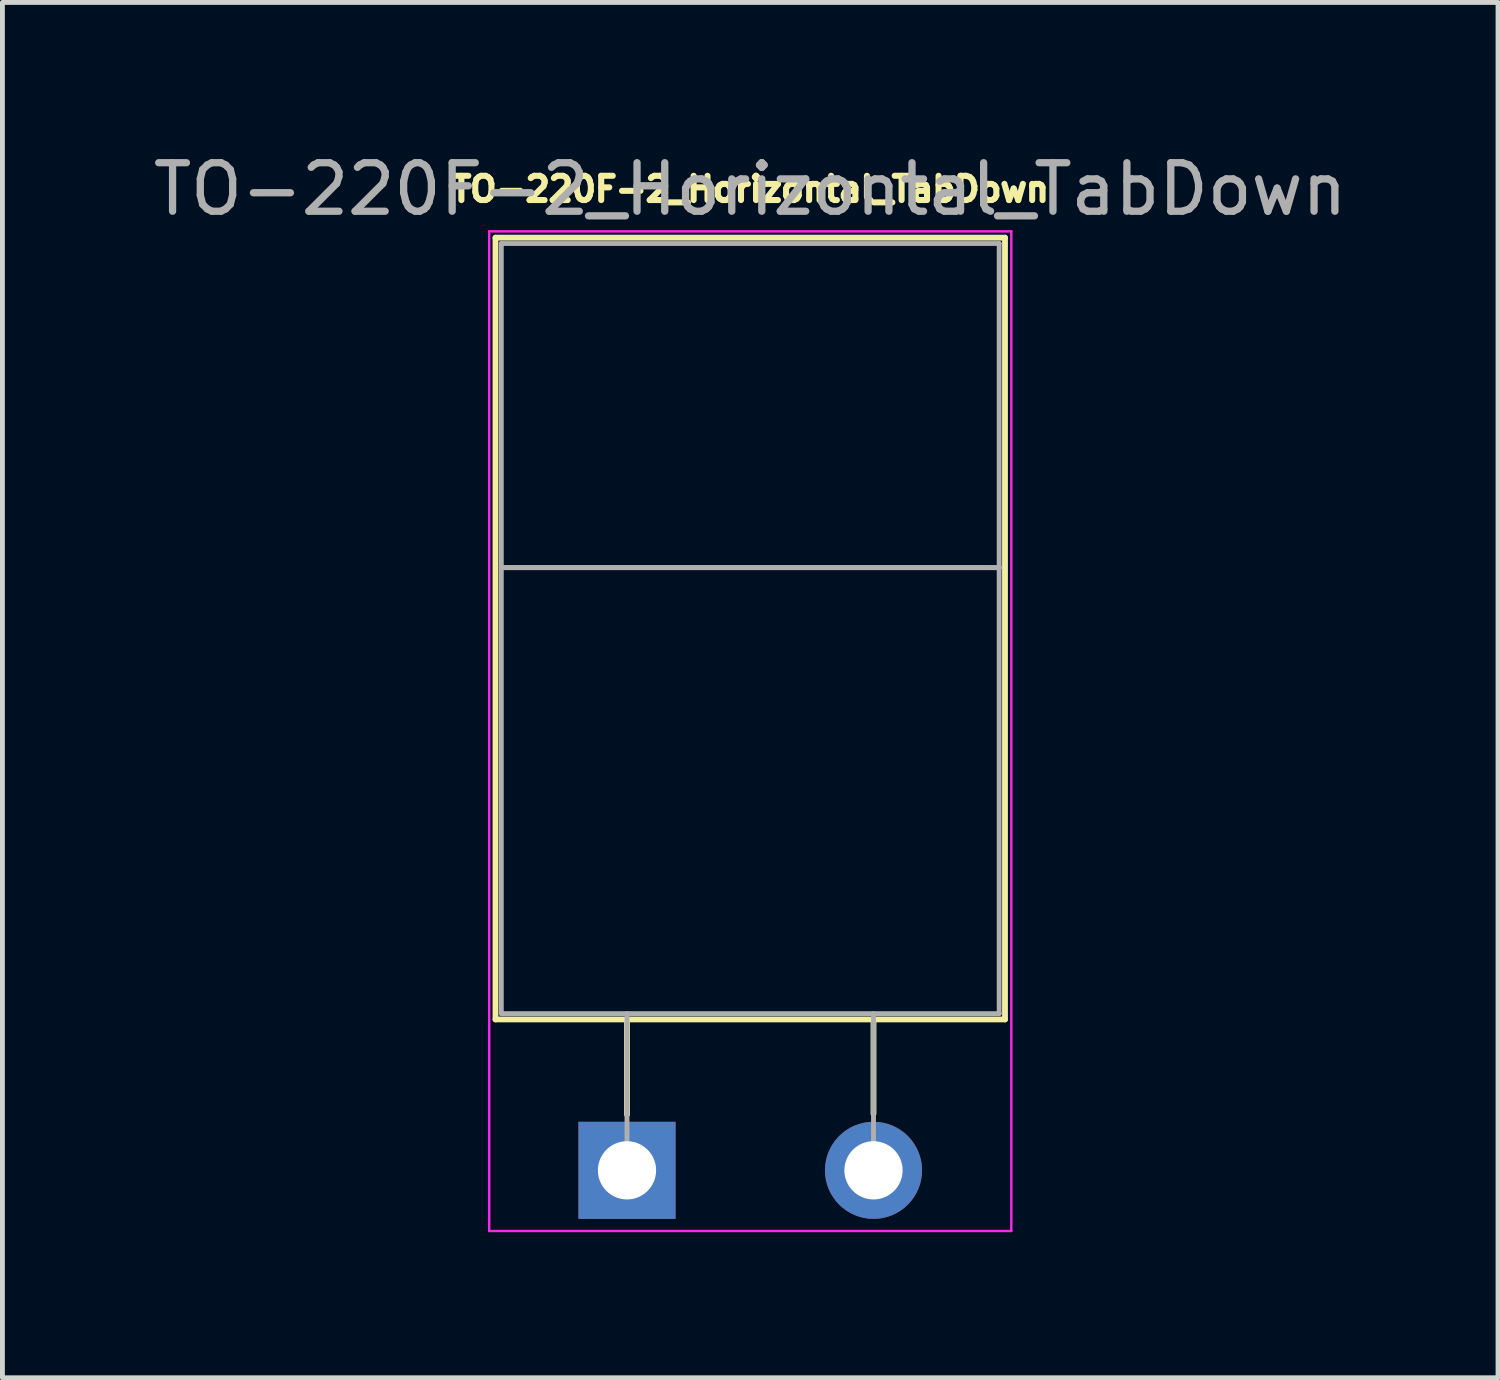
<source format=kicad_pcb>
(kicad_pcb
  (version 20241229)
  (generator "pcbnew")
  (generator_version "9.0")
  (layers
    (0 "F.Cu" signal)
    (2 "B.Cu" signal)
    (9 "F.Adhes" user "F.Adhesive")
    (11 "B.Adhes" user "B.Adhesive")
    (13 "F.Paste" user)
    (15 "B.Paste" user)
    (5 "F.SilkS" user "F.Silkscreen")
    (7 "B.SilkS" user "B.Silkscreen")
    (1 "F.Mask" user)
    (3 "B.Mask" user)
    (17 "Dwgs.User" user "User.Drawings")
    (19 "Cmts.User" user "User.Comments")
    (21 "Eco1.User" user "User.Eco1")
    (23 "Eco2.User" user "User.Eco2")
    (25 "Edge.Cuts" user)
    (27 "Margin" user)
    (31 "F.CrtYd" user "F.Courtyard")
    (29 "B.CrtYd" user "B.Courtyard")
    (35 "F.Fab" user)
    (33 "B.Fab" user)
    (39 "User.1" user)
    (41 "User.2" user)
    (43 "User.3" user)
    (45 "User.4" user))
  (footprint "TO-220F-2_Horizontal_TabDown"
    (layer "F.Cu")
    (at 9.871 21.068)
    (property "Reference" "TO-220F-2_Horizontal_TabDown" (at 2.54 -20.22 0) (layer "F.SilkS") (effects (font (size 0.5 0.5) (thickness 0.125))))
    (attr through_hole)
    (fp_line (start -2.71 -19.22) (end -2.71 -3.11) (stroke (width 0.12) (type solid)) (layer "F.SilkS"))
    (fp_line (start -2.71 -19.22) (end 7.79 -19.22) (stroke (width 0.12) (type solid)) (layer "F.SilkS"))
    (fp_line (start -2.71 -3.11) (end 7.79 -3.11) (stroke (width 0.12) (type solid)) (layer "F.SilkS"))
    (fp_line (start 0 -3.11) (end 0 -1.15) (stroke (width 0.12) (type solid)) (layer "F.SilkS"))
    (fp_line (start 5.08 -3.11) (end 5.08 -1.165) (stroke (width 0.12) (type solid)) (layer "F.SilkS"))
    (fp_line (start 7.79 -19.22) (end 7.79 -3.11) (stroke (width 0.12) (type solid)) (layer "F.SilkS"))
    (fp_line (start -2.84 -19.35) (end -2.84 1.25) (stroke (width 0.05) (type solid)) (layer "F.CrtYd"))
    (fp_line (start -2.84 1.25) (end 7.92 1.25) (stroke (width 0.05) (type solid)) (layer "F.CrtYd"))
    (fp_line (start 7.92 -19.35) (end -2.84 -19.35) (stroke (width 0.05) (type solid)) (layer "F.CrtYd"))
    (fp_line (start 7.92 1.25) (end 7.92 -19.35) (stroke (width 0.05) (type solid)) (layer "F.CrtYd"))
    (fp_line (start -2.59 -19.1) (end 7.67 -19.1) (stroke (width 0.1) (type solid)) (layer "F.Fab"))
    (fp_line (start -2.59 -12.42) (end -2.59 -19.1) (stroke (width 0.1) (type solid)) (layer "F.Fab"))
    (fp_line (start -2.59 -12.42) (end 7.67 -12.42) (stroke (width 0.1) (type solid)) (layer "F.Fab"))
    (fp_line (start -2.59 -3.23) (end -2.59 -12.42) (stroke (width 0.1) (type solid)) (layer "F.Fab"))
    (fp_line (start 0 -3.23) (end 0 0) (stroke (width 0.1) (type solid)) (layer "F.Fab"))
    (fp_line (start 5.08 -3.23) (end 5.08 0) (stroke (width 0.1) (type solid)) (layer "F.Fab"))
    (fp_line (start 7.67 -19.1) (end 7.67 -12.42) (stroke (width 0.1) (type solid)) (layer "F.Fab"))
    (fp_line (start 7.67 -12.42) (end -2.59 -12.42) (stroke (width 0.1) (type solid)) (layer "F.Fab"))
    (fp_line (start 7.67 -12.42) (end 7.67 -3.23) (stroke (width 0.1) (type solid)) (layer "F.Fab"))
    (fp_line (start 7.67 -3.23) (end -2.59 -3.23) (stroke (width 0.1) (type solid)) (layer "F.Fab"))
    (fp_text user "${REFERENCE}" (at 2.54 -20.22 0) (layer "F.Fab") (effects (font (size 1 1) (thickness 0.15))))
    (pad "1" thru_hole rect (at 0 0) (size 2 2) (drill 1.2) (layers "*.Cu" "*.Mask"))
    (pad "2" thru_hole oval (at 5.08 0) (size 2 2) (drill 1.2) (layers "*.Cu" "*.Mask")))
  (gr_rect
    (start -3 -3)
    (end 27.821 25.343)
    (stroke (width 0.1) (type default))
    (fill no)
    (layer "Edge.Cuts")))
</source>
